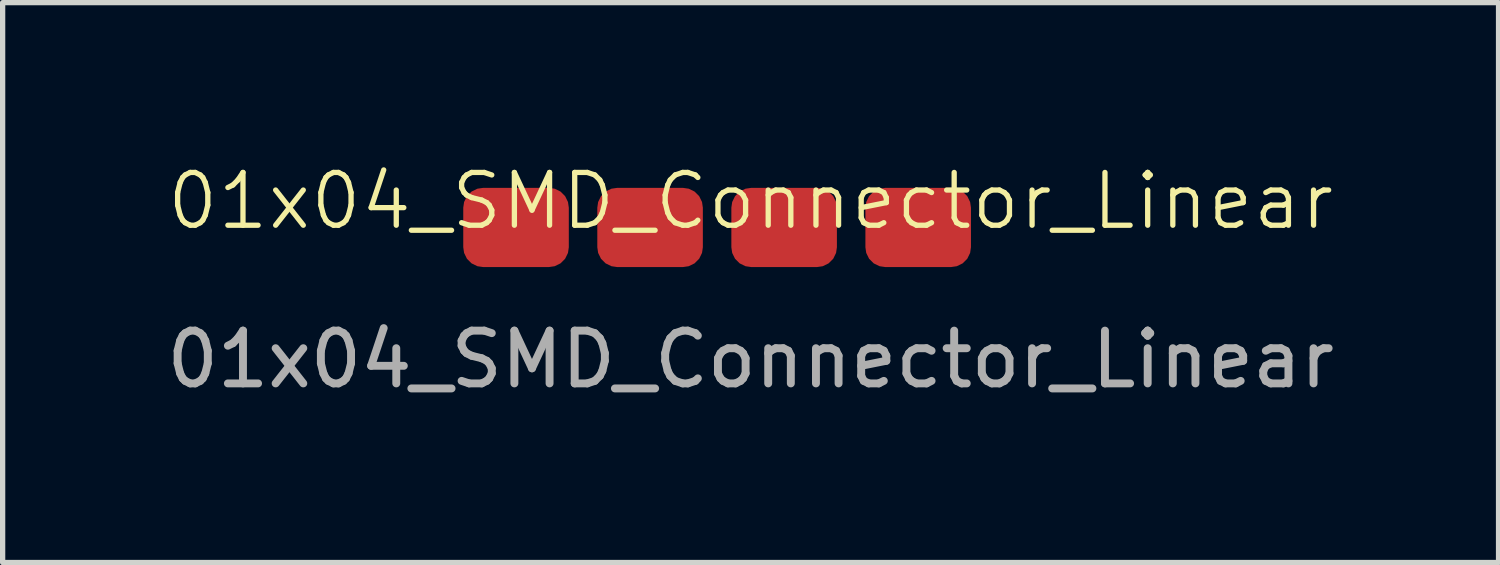
<source format=kicad_pcb>
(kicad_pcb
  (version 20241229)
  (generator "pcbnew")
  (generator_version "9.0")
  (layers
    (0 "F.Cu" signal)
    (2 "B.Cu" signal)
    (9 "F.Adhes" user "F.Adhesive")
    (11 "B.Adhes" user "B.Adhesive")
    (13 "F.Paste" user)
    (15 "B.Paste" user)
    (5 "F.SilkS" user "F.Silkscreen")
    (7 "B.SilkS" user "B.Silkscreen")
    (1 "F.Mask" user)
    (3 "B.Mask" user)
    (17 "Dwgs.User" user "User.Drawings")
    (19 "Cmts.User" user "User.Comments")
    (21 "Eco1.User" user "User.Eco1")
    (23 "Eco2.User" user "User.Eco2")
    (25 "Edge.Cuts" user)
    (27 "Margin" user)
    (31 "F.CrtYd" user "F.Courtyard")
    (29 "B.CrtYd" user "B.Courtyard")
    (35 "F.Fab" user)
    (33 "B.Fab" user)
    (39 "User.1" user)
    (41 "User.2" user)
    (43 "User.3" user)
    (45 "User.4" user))
  (footprint "01x04_SMD_Connector_Linear"
    (layer "F.Cu")
    (at 11.173 1.26)
    (property "Reference" "01x04_SMD_Connector_Linear" (at 0 -0.5 0) (unlocked yes) (layer "F.SilkS") (effects (font (size 1 1) (thickness 0.1))))
    (attr smd)
    (fp_text user "${REFERENCE}" (at 0 2.5 0) (unlocked yes) (layer "F.Fab") (effects (font (size 1 1) (thickness 0.15))))
    (pad "1" smd roundrect (at -4.445 0) (size 2 1.5) (layers "F.Cu" "F.Mask" "F.Paste") (roundrect_rratio 0.25))
    (pad "2" smd roundrect (at -1.905 0) (size 2 1.5) (layers "F.Cu" "F.Mask" "F.Paste") (roundrect_rratio 0.25))
    (pad "3" smd roundrect (at 0.635 0) (size 2 1.5) (layers "F.Cu" "F.Mask" "F.Paste") (roundrect_rratio 0.25))
    (pad "4" smd roundrect (at 3.175 0) (size 2 1.5) (layers "F.Cu" "F.Mask" "F.Paste") (roundrect_rratio 0.25)))
  (gr_rect
    (start -3 -3)
    (end 25.345 7.609)
    (stroke (width 0.1) (type default))
    (fill no)
    (layer "Edge.Cuts")))
</source>
